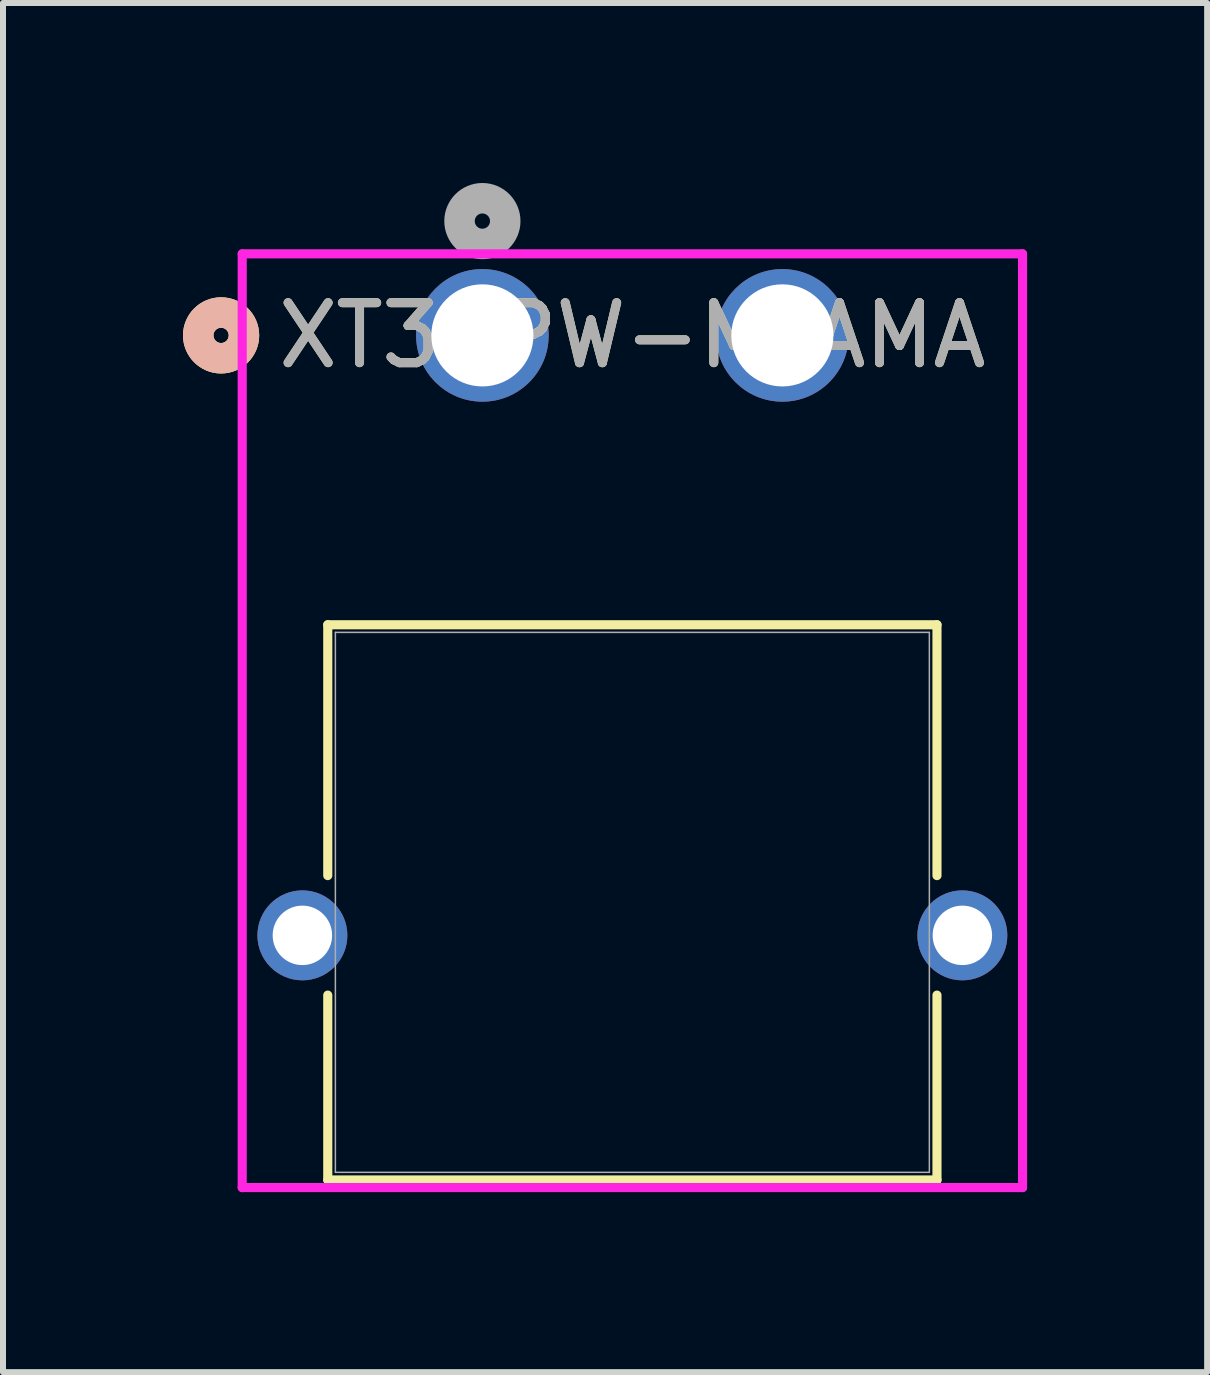
<source format=kicad_pcb>
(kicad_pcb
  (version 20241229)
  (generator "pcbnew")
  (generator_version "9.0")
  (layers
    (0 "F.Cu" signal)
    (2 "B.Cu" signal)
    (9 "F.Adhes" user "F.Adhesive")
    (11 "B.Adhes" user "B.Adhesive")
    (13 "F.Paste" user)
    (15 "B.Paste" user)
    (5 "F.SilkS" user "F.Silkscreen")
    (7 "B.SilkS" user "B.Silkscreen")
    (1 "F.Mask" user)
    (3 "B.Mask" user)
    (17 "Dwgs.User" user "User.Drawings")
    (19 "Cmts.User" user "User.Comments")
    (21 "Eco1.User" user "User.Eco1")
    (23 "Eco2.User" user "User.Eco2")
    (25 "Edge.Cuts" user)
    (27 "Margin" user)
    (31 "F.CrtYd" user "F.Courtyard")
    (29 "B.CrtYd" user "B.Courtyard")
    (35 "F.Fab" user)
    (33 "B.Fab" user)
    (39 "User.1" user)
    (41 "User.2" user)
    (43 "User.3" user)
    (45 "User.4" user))
  (footprint "XT30PW-M_AMA"
    (layer "F.Cu")
    (at 4.99 2.54)
    (property "Reference" "XT30PW-M_AMA" (at 2.5 0 0) (unlocked yes) (layer "F.SilkS") (effects (font (size 1 1) (thickness 0.15))))
    (attr through_hole)
    (fp_line (start -2.577 4.823) (end -2.577 9.004) (stroke (width 0.152) (type solid)) (layer "F.SilkS"))
    (fp_line (start -2.577 10.996) (end -2.577 14.077) (stroke (width 0.152) (type solid)) (layer "F.SilkS"))
    (fp_line (start -2.577 14.077) (end 7.577 14.077) (stroke (width 0.152) (type solid)) (layer "F.SilkS"))
    (fp_line (start 7.577 4.823) (end -2.577 4.823) (stroke (width 0.152) (type solid)) (layer "F.SilkS"))
    (fp_line (start 7.577 9.004) (end 7.577 4.823) (stroke (width 0.152) (type solid)) (layer "F.SilkS"))
    (fp_line (start 7.577 14.077) (end 7.577 10.996) (stroke (width 0.152) (type solid)) (layer "F.SilkS"))
    (fp_circle (center -4.355 0) (end -3.974 0) (stroke (width 0.508) (type solid)) (fill no) (layer "F.SilkS"))
    (fp_circle (center -4.355 0) (end -3.974 0) (stroke (width 0.508) (type solid)) (fill no) (layer "B.SilkS"))
    (fp_line (start -4.003 -1.359) (end -4.003 14.204) (stroke (width 0.152) (type solid)) (layer "F.CrtYd"))
    (fp_line (start -4.003 14.204) (end 9.003 14.204) (stroke (width 0.152) (type solid)) (layer "F.CrtYd"))
    (fp_line (start 9.003 -1.359) (end -4.003 -1.359) (stroke (width 0.152) (type solid)) (layer "F.CrtYd"))
    (fp_line (start 9.003 14.204) (end 9.003 -1.359) (stroke (width 0.152) (type solid)) (layer "F.CrtYd"))
    (fp_line (start -2.45 4.95) (end -2.45 13.95) (stroke (width 0.025) (type solid)) (layer "F.Fab"))
    (fp_line (start -2.45 13.95) (end 7.45 13.95) (stroke (width 0.025) (type solid)) (layer "F.Fab"))
    (fp_line (start 7.45 4.95) (end -2.45 4.95) (stroke (width 0.025) (type solid)) (layer "F.Fab"))
    (fp_line (start 7.45 13.95) (end 7.45 4.95) (stroke (width 0.025) (type solid)) (layer "F.Fab"))
    (fp_circle (center 0 -1.905) (end 0.381 -1.905) (stroke (width 0.508) (type solid)) (fill no) (layer "F.Fab"))
    (fp_text user "${REFERENCE}" (at 2.5 0 0) (unlocked yes) (layer "F.Fab") (effects (font (size 1 1) (thickness 0.15))))
    (pad "1" thru_hole circle (at 0 0) (size 2.21 2.21) (drill 1.702) (layers "*.Cu" "*.Mask"))
    (pad "2" thru_hole circle (at 5 0) (size 2.21 2.21) (drill 1.702) (layers "*.Cu" "*.Mask"))
    (pad "3" thru_hole circle (at -3 10) (size 1.499 1.499) (drill 0.991) (layers "*.Cu" "*.Mask"))
    (pad "4" thru_hole circle (at 8 10) (size 1.499 1.499) (drill 0.991) (layers "*.Cu" "*.Mask")))
  (gr_rect
    (start -3 -3)
    (end 17.07 19.82)
    (stroke (width 0.1) (type default))
    (fill no)
    (layer "Edge.Cuts")))
</source>
